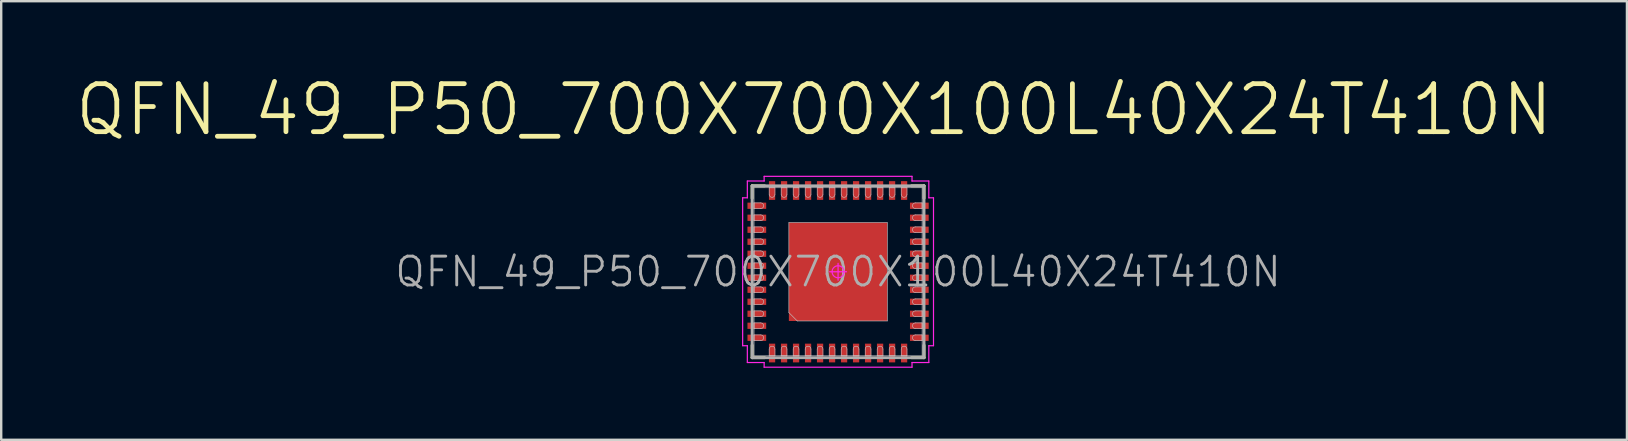
<source format=kicad_pcb>
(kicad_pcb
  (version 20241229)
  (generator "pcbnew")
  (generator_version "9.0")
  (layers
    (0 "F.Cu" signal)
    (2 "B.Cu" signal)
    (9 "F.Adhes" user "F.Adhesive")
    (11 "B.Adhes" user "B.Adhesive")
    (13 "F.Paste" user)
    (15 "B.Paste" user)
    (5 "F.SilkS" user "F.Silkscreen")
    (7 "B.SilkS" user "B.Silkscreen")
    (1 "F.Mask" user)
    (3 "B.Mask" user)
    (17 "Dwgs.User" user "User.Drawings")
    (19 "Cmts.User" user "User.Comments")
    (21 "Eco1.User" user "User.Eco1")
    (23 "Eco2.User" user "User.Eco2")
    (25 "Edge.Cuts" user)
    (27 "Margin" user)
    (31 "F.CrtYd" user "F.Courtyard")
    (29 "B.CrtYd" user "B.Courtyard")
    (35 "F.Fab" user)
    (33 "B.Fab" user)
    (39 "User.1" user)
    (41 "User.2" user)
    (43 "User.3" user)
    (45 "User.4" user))
  (footprint "QFN_49_P50_700X700X100L40X24T410N"
    (layer "F.Cu")
    (at 31.862 8.271)
    (property "Reference" "QFN_49_P50_700X700X100L40X24T410N" (at 0 0 0) (layer "F.Fab") (effects (font (size 1.2 1.2) (thickness 0.12))))
    (attr smd)
    (fp_line (start -3.58 -3.58) (end -3.58 -3.06) (stroke (width 0.12) (type solid)) (layer "F.SilkS"))
    (fp_line (start -3.58 3.58) (end -3.58 3.06) (stroke (width 0.12) (type solid)) (layer "F.SilkS"))
    (fp_line (start -3.06 -3.58) (end -3.58 -3.58) (stroke (width 0.12) (type solid)) (layer "F.SilkS"))
    (fp_line (start -3.06 3.58) (end -3.58 3.58) (stroke (width 0.12) (type solid)) (layer "F.SilkS"))
    (fp_line (start 3.06 -3.58) (end 3.58 -3.58) (stroke (width 0.12) (type solid)) (layer "F.SilkS"))
    (fp_line (start 3.06 3.58) (end 3.58 3.58) (stroke (width 0.12) (type solid)) (layer "F.SilkS"))
    (fp_line (start 3.58 -3.58) (end 3.58 -3.06) (stroke (width 0.12) (type solid)) (layer "F.SilkS"))
    (fp_line (start 3.58 3.58) (end 3.58 3.06) (stroke (width 0.12) (type solid)) (layer "F.SilkS"))
    (fp_line (start -3.5 -3.5) (end 3.5 -3.5) (stroke (width 0.025) (type solid)) (layer "Dwgs.User"))
    (fp_line (start -3.5 -2.87) (end -3.5 -2.63) (stroke (width 0.025) (type solid)) (layer "Dwgs.User"))
    (fp_line (start -3.5 -2.63) (end -3.22 -2.63) (stroke (width 0.025) (type solid)) (layer "Dwgs.User"))
    (fp_line (start -3.5 -2.37) (end -3.5 -2.13) (stroke (width 0.025) (type solid)) (layer "Dwgs.User"))
    (fp_line (start -3.5 -2.13) (end -3.22 -2.13) (stroke (width 0.025) (type solid)) (layer "Dwgs.User"))
    (fp_line (start -3.5 -1.87) (end -3.5 -1.63) (stroke (width 0.025) (type solid)) (layer "Dwgs.User"))
    (fp_line (start -3.5 -1.63) (end -3.22 -1.63) (stroke (width 0.025) (type solid)) (layer "Dwgs.User"))
    (fp_line (start -3.5 -1.37) (end -3.5 -1.13) (stroke (width 0.025) (type solid)) (layer "Dwgs.User"))
    (fp_line (start -3.5 -1.13) (end -3.22 -1.13) (stroke (width 0.025) (type solid)) (layer "Dwgs.User"))
    (fp_line (start -3.5 -0.87) (end -3.5 -0.63) (stroke (width 0.025) (type solid)) (layer "Dwgs.User"))
    (fp_line (start -3.5 -0.63) (end -3.22 -0.63) (stroke (width 0.025) (type solid)) (layer "Dwgs.User"))
    (fp_line (start -3.5 -0.37) (end -3.5 -0.13) (stroke (width 0.025) (type solid)) (layer "Dwgs.User"))
    (fp_line (start -3.5 -0.13) (end -3.22 -0.13) (stroke (width 0.025) (type solid)) (layer "Dwgs.User"))
    (fp_line (start -3.5 0.13) (end -3.5 0.37) (stroke (width 0.025) (type solid)) (layer "Dwgs.User"))
    (fp_line (start -3.5 0.37) (end -3.22 0.37) (stroke (width 0.025) (type solid)) (layer "Dwgs.User"))
    (fp_line (start -3.5 0.63) (end -3.5 0.87) (stroke (width 0.025) (type solid)) (layer "Dwgs.User"))
    (fp_line (start -3.5 0.87) (end -3.22 0.87) (stroke (width 0.025) (type solid)) (layer "Dwgs.User"))
    (fp_line (start -3.5 1.13) (end -3.5 1.37) (stroke (width 0.025) (type solid)) (layer "Dwgs.User"))
    (fp_line (start -3.5 1.37) (end -3.22 1.37) (stroke (width 0.025) (type solid)) (layer "Dwgs.User"))
    (fp_line (start -3.5 1.63) (end -3.5 1.87) (stroke (width 0.025) (type solid)) (layer "Dwgs.User"))
    (fp_line (start -3.5 1.87) (end -3.22 1.87) (stroke (width 0.025) (type solid)) (layer "Dwgs.User"))
    (fp_line (start -3.5 2.13) (end -3.5 2.37) (stroke (width 0.025) (type solid)) (layer "Dwgs.User"))
    (fp_line (start -3.5 2.37) (end -3.22 2.37) (stroke (width 0.025) (type solid)) (layer "Dwgs.User"))
    (fp_line (start -3.5 2.63) (end -3.5 2.87) (stroke (width 0.025) (type solid)) (layer "Dwgs.User"))
    (fp_line (start -3.5 2.87) (end -3.22 2.87) (stroke (width 0.025) (type solid)) (layer "Dwgs.User"))
    (fp_line (start -3.5 3.5) (end -3.5 -3.5) (stroke (width 0.025) (type solid)) (layer "Dwgs.User"))
    (fp_line (start -3.22 -2.87) (end -3.5 -2.87) (stroke (width 0.025) (type solid)) (layer "Dwgs.User"))
    (fp_line (start -3.22 -2.37) (end -3.5 -2.37) (stroke (width 0.025) (type solid)) (layer "Dwgs.User"))
    (fp_line (start -3.22 -1.87) (end -3.5 -1.87) (stroke (width 0.025) (type solid)) (layer "Dwgs.User"))
    (fp_line (start -3.22 -1.37) (end -3.5 -1.37) (stroke (width 0.025) (type solid)) (layer "Dwgs.User"))
    (fp_line (start -3.22 -0.87) (end -3.5 -0.87) (stroke (width 0.025) (type solid)) (layer "Dwgs.User"))
    (fp_line (start -3.22 -0.37) (end -3.5 -0.37) (stroke (width 0.025) (type solid)) (layer "Dwgs.User"))
    (fp_line (start -3.22 0.13) (end -3.5 0.13) (stroke (width 0.025) (type solid)) (layer "Dwgs.User"))
    (fp_line (start -3.22 0.63) (end -3.5 0.63) (stroke (width 0.025) (type solid)) (layer "Dwgs.User"))
    (fp_line (start -3.22 1.13) (end -3.5 1.13) (stroke (width 0.025) (type solid)) (layer "Dwgs.User"))
    (fp_line (start -3.22 1.63) (end -3.5 1.63) (stroke (width 0.025) (type solid)) (layer "Dwgs.User"))
    (fp_line (start -3.22 2.13) (end -3.5 2.13) (stroke (width 0.025) (type solid)) (layer "Dwgs.User"))
    (fp_line (start -3.22 2.63) (end -3.5 2.63) (stroke (width 0.025) (type solid)) (layer "Dwgs.User"))
    (fp_line (start -2.87 -3.5) (end -2.87 -3.22) (stroke (width 0.025) (type solid)) (layer "Dwgs.User"))
    (fp_line (start -2.87 3.22) (end -2.87 3.5) (stroke (width 0.025) (type solid)) (layer "Dwgs.User"))
    (fp_line (start -2.87 3.5) (end -2.63 3.5) (stroke (width 0.025) (type solid)) (layer "Dwgs.User"))
    (fp_line (start -2.63 -3.5) (end -2.87 -3.5) (stroke (width 0.025) (type solid)) (layer "Dwgs.User"))
    (fp_line (start -2.63 -3.22) (end -2.63 -3.5) (stroke (width 0.025) (type solid)) (layer "Dwgs.User"))
    (fp_line (start -2.63 3.5) (end -2.63 3.22) (stroke (width 0.025) (type solid)) (layer "Dwgs.User"))
    (fp_line (start -2.37 -3.5) (end -2.37 -3.22) (stroke (width 0.025) (type solid)) (layer "Dwgs.User"))
    (fp_line (start -2.37 3.22) (end -2.37 3.5) (stroke (width 0.025) (type solid)) (layer "Dwgs.User"))
    (fp_line (start -2.37 3.5) (end -2.13 3.5) (stroke (width 0.025) (type solid)) (layer "Dwgs.User"))
    (fp_line (start -2.13 -3.5) (end -2.37 -3.5) (stroke (width 0.025) (type solid)) (layer "Dwgs.User"))
    (fp_line (start -2.13 -3.22) (end -2.13 -3.5) (stroke (width 0.025) (type solid)) (layer "Dwgs.User"))
    (fp_line (start -2.13 3.5) (end -2.13 3.22) (stroke (width 0.025) (type solid)) (layer "Dwgs.User"))
    (fp_line (start -2.05 -2.05) (end -2.05 1.7) (stroke (width 0.025) (type solid)) (layer "Dwgs.User"))
    (fp_line (start -2.05 1.7) (end -1.7 2.05) (stroke (width 0.025) (type solid)) (layer "Dwgs.User"))
    (fp_line (start -1.87 -3.5) (end -1.87 -3.22) (stroke (width 0.025) (type solid)) (layer "Dwgs.User"))
    (fp_line (start -1.87 3.22) (end -1.87 3.5) (stroke (width 0.025) (type solid)) (layer "Dwgs.User"))
    (fp_line (start -1.87 3.5) (end -1.63 3.5) (stroke (width 0.025) (type solid)) (layer "Dwgs.User"))
    (fp_line (start -1.7 2.05) (end 2.05 2.05) (stroke (width 0.025) (type solid)) (layer "Dwgs.User"))
    (fp_line (start -1.63 -3.5) (end -1.87 -3.5) (stroke (width 0.025) (type solid)) (layer "Dwgs.User"))
    (fp_line (start -1.63 -3.22) (end -1.63 -3.5) (stroke (width 0.025) (type solid)) (layer "Dwgs.User"))
    (fp_line (start -1.63 3.5) (end -1.63 3.22) (stroke (width 0.025) (type solid)) (layer "Dwgs.User"))
    (fp_line (start -1.37 -3.5) (end -1.37 -3.22) (stroke (width 0.025) (type solid)) (layer "Dwgs.User"))
    (fp_line (start -1.37 3.22) (end -1.37 3.5) (stroke (width 0.025) (type solid)) (layer "Dwgs.User"))
    (fp_line (start -1.37 3.5) (end -1.13 3.5) (stroke (width 0.025) (type solid)) (layer "Dwgs.User"))
    (fp_line (start -1.13 -3.5) (end -1.37 -3.5) (stroke (width 0.025) (type solid)) (layer "Dwgs.User"))
    (fp_line (start -1.13 -3.22) (end -1.13 -3.5) (stroke (width 0.025) (type solid)) (layer "Dwgs.User"))
    (fp_line (start -1.13 3.5) (end -1.13 3.22) (stroke (width 0.025) (type solid)) (layer "Dwgs.User"))
    (fp_line (start -0.87 -3.5) (end -0.87 -3.22) (stroke (width 0.025) (type solid)) (layer "Dwgs.User"))
    (fp_line (start -0.87 3.22) (end -0.87 3.5) (stroke (width 0.025) (type solid)) (layer "Dwgs.User"))
    (fp_line (start -0.87 3.5) (end -0.63 3.5) (stroke (width 0.025) (type solid)) (layer "Dwgs.User"))
    (fp_line (start -0.63 -3.5) (end -0.87 -3.5) (stroke (width 0.025) (type solid)) (layer "Dwgs.User"))
    (fp_line (start -0.63 -3.22) (end -0.63 -3.5) (stroke (width 0.025) (type solid)) (layer "Dwgs.User"))
    (fp_line (start -0.63 3.5) (end -0.63 3.22) (stroke (width 0.025) (type solid)) (layer "Dwgs.User"))
    (fp_line (start -0.37 -3.5) (end -0.37 -3.22) (stroke (width 0.025) (type solid)) (layer "Dwgs.User"))
    (fp_line (start -0.37 3.22) (end -0.37 3.5) (stroke (width 0.025) (type solid)) (layer "Dwgs.User"))
    (fp_line (start -0.37 3.5) (end -0.13 3.5) (stroke (width 0.025) (type solid)) (layer "Dwgs.User"))
    (fp_line (start -0.13 -3.5) (end -0.37 -3.5) (stroke (width 0.025) (type solid)) (layer "Dwgs.User"))
    (fp_line (start -0.13 -3.22) (end -0.13 -3.5) (stroke (width 0.025) (type solid)) (layer "Dwgs.User"))
    (fp_line (start -0.13 3.5) (end -0.13 3.22) (stroke (width 0.025) (type solid)) (layer "Dwgs.User"))
    (fp_line (start 0.13 -3.5) (end 0.13 -3.22) (stroke (width 0.025) (type solid)) (layer "Dwgs.User"))
    (fp_line (start 0.13 3.22) (end 0.13 3.5) (stroke (width 0.025) (type solid)) (layer "Dwgs.User"))
    (fp_line (start 0.13 3.5) (end 0.37 3.5) (stroke (width 0.025) (type solid)) (layer "Dwgs.User"))
    (fp_line (start 0.37 -3.5) (end 0.13 -3.5) (stroke (width 0.025) (type solid)) (layer "Dwgs.User"))
    (fp_line (start 0.37 -3.22) (end 0.37 -3.5) (stroke (width 0.025) (type solid)) (layer "Dwgs.User"))
    (fp_line (start 0.37 3.5) (end 0.37 3.22) (stroke (width 0.025) (type solid)) (layer "Dwgs.User"))
    (fp_line (start 0.63 -3.5) (end 0.63 -3.22) (stroke (width 0.025) (type solid)) (layer "Dwgs.User"))
    (fp_line (start 0.63 3.22) (end 0.63 3.5) (stroke (width 0.025) (type solid)) (layer "Dwgs.User"))
    (fp_line (start 0.63 3.5) (end 0.87 3.5) (stroke (width 0.025) (type solid)) (layer "Dwgs.User"))
    (fp_line (start 0.87 -3.5) (end 0.63 -3.5) (stroke (width 0.025) (type solid)) (layer "Dwgs.User"))
    (fp_line (start 0.87 -3.22) (end 0.87 -3.5) (stroke (width 0.025) (type solid)) (layer "Dwgs.User"))
    (fp_line (start 0.87 3.5) (end 0.87 3.22) (stroke (width 0.025) (type solid)) (layer "Dwgs.User"))
    (fp_line (start 1.13 -3.5) (end 1.13 -3.22) (stroke (width 0.025) (type solid)) (layer "Dwgs.User"))
    (fp_line (start 1.13 3.22) (end 1.13 3.5) (stroke (width 0.025) (type solid)) (layer "Dwgs.User"))
    (fp_line (start 1.13 3.5) (end 1.37 3.5) (stroke (width 0.025) (type solid)) (layer "Dwgs.User"))
    (fp_line (start 1.37 -3.5) (end 1.13 -3.5) (stroke (width 0.025) (type solid)) (layer "Dwgs.User"))
    (fp_line (start 1.37 -3.22) (end 1.37 -3.5) (stroke (width 0.025) (type solid)) (layer "Dwgs.User"))
    (fp_line (start 1.37 3.5) (end 1.37 3.22) (stroke (width 0.025) (type solid)) (layer "Dwgs.User"))
    (fp_line (start 1.63 -3.5) (end 1.63 -3.22) (stroke (width 0.025) (type solid)) (layer "Dwgs.User"))
    (fp_line (start 1.63 3.22) (end 1.63 3.5) (stroke (width 0.025) (type solid)) (layer "Dwgs.User"))
    (fp_line (start 1.63 3.5) (end 1.87 3.5) (stroke (width 0.025) (type solid)) (layer "Dwgs.User"))
    (fp_line (start 1.87 -3.5) (end 1.63 -3.5) (stroke (width 0.025) (type solid)) (layer "Dwgs.User"))
    (fp_line (start 1.87 -3.22) (end 1.87 -3.5) (stroke (width 0.025) (type solid)) (layer "Dwgs.User"))
    (fp_line (start 1.87 3.5) (end 1.87 3.22) (stroke (width 0.025) (type solid)) (layer "Dwgs.User"))
    (fp_line (start 2.05 -2.05) (end -2.05 -2.05) (stroke (width 0.025) (type solid)) (layer "Dwgs.User"))
    (fp_line (start 2.05 2.05) (end 2.05 -2.05) (stroke (width 0.025) (type solid)) (layer "Dwgs.User"))
    (fp_line (start 2.13 -3.5) (end 2.13 -3.22) (stroke (width 0.025) (type solid)) (layer "Dwgs.User"))
    (fp_line (start 2.13 3.22) (end 2.13 3.5) (stroke (width 0.025) (type solid)) (layer "Dwgs.User"))
    (fp_line (start 2.13 3.5) (end 2.37 3.5) (stroke (width 0.025) (type solid)) (layer "Dwgs.User"))
    (fp_line (start 2.37 -3.5) (end 2.13 -3.5) (stroke (width 0.025) (type solid)) (layer "Dwgs.User"))
    (fp_line (start 2.37 -3.22) (end 2.37 -3.5) (stroke (width 0.025) (type solid)) (layer "Dwgs.User"))
    (fp_line (start 2.37 3.5) (end 2.37 3.22) (stroke (width 0.025) (type solid)) (layer "Dwgs.User"))
    (fp_line (start 2.63 -3.5) (end 2.63 -3.22) (stroke (width 0.025) (type solid)) (layer "Dwgs.User"))
    (fp_line (start 2.63 3.22) (end 2.63 3.5) (stroke (width 0.025) (type solid)) (layer "Dwgs.User"))
    (fp_line (start 2.63 3.5) (end 2.87 3.5) (stroke (width 0.025) (type solid)) (layer "Dwgs.User"))
    (fp_line (start 2.87 -3.5) (end 2.63 -3.5) (stroke (width 0.025) (type solid)) (layer "Dwgs.User"))
    (fp_line (start 2.87 -3.22) (end 2.87 -3.5) (stroke (width 0.025) (type solid)) (layer "Dwgs.User"))
    (fp_line (start 2.87 3.5) (end 2.87 3.22) (stroke (width 0.025) (type solid)) (layer "Dwgs.User"))
    (fp_line (start 3.22 -2.63) (end 3.5 -2.63) (stroke (width 0.025) (type solid)) (layer "Dwgs.User"))
    (fp_line (start 3.22 -2.13) (end 3.5 -2.13) (stroke (width 0.025) (type solid)) (layer "Dwgs.User"))
    (fp_line (start 3.22 -1.63) (end 3.5 -1.63) (stroke (width 0.025) (type solid)) (layer "Dwgs.User"))
    (fp_line (start 3.22 -1.13) (end 3.5 -1.13) (stroke (width 0.025) (type solid)) (layer "Dwgs.User"))
    (fp_line (start 3.22 -0.63) (end 3.5 -0.63) (stroke (width 0.025) (type solid)) (layer "Dwgs.User"))
    (fp_line (start 3.22 -0.13) (end 3.5 -0.13) (stroke (width 0.025) (type solid)) (layer "Dwgs.User"))
    (fp_line (start 3.22 0.37) (end 3.5 0.37) (stroke (width 0.025) (type solid)) (layer "Dwgs.User"))
    (fp_line (start 3.22 0.87) (end 3.5 0.87) (stroke (width 0.025) (type solid)) (layer "Dwgs.User"))
    (fp_line (start 3.22 1.37) (end 3.5 1.37) (stroke (width 0.025) (type solid)) (layer "Dwgs.User"))
    (fp_line (start 3.22 1.87) (end 3.5 1.87) (stroke (width 0.025) (type solid)) (layer "Dwgs.User"))
    (fp_line (start 3.22 2.37) (end 3.5 2.37) (stroke (width 0.025) (type solid)) (layer "Dwgs.User"))
    (fp_line (start 3.22 2.87) (end 3.5 2.87) (stroke (width 0.025) (type solid)) (layer "Dwgs.User"))
    (fp_line (start 3.5 -3.5) (end 3.5 3.5) (stroke (width 0.025) (type solid)) (layer "Dwgs.User"))
    (fp_line (start 3.5 -2.87) (end 3.22 -2.87) (stroke (width 0.025) (type solid)) (layer "Dwgs.User"))
    (fp_line (start 3.5 -2.63) (end 3.5 -2.87) (stroke (width 0.025) (type solid)) (layer "Dwgs.User"))
    (fp_line (start 3.5 -2.37) (end 3.22 -2.37) (stroke (width 0.025) (type solid)) (layer "Dwgs.User"))
    (fp_line (start 3.5 -2.13) (end 3.5 -2.37) (stroke (width 0.025) (type solid)) (layer "Dwgs.User"))
    (fp_line (start 3.5 -1.87) (end 3.22 -1.87) (stroke (width 0.025) (type solid)) (layer "Dwgs.User"))
    (fp_line (start 3.5 -1.63) (end 3.5 -1.87) (stroke (width 0.025) (type solid)) (layer "Dwgs.User"))
    (fp_line (start 3.5 -1.37) (end 3.22 -1.37) (stroke (width 0.025) (type solid)) (layer "Dwgs.User"))
    (fp_line (start 3.5 -1.13) (end 3.5 -1.37) (stroke (width 0.025) (type solid)) (layer "Dwgs.User"))
    (fp_line (start 3.5 -0.87) (end 3.22 -0.87) (stroke (width 0.025) (type solid)) (layer "Dwgs.User"))
    (fp_line (start 3.5 -0.63) (end 3.5 -0.87) (stroke (width 0.025) (type solid)) (layer "Dwgs.User"))
    (fp_line (start 3.5 -0.37) (end 3.22 -0.37) (stroke (width 0.025) (type solid)) (layer "Dwgs.User"))
    (fp_line (start 3.5 -0.13) (end 3.5 -0.37) (stroke (width 0.025) (type solid)) (layer "Dwgs.User"))
    (fp_line (start 3.5 0.13) (end 3.22 0.13) (stroke (width 0.025) (type solid)) (layer "Dwgs.User"))
    (fp_line (start 3.5 0.37) (end 3.5 0.13) (stroke (width 0.025) (type solid)) (layer "Dwgs.User"))
    (fp_line (start 3.5 0.63) (end 3.22 0.63) (stroke (width 0.025) (type solid)) (layer "Dwgs.User"))
    (fp_line (start 3.5 0.87) (end 3.5 0.63) (stroke (width 0.025) (type solid)) (layer "Dwgs.User"))
    (fp_line (start 3.5 1.13) (end 3.22 1.13) (stroke (width 0.025) (type solid)) (layer "Dwgs.User"))
    (fp_line (start 3.5 1.37) (end 3.5 1.13) (stroke (width 0.025) (type solid)) (layer "Dwgs.User"))
    (fp_line (start 3.5 1.63) (end 3.22 1.63) (stroke (width 0.025) (type solid)) (layer "Dwgs.User"))
    (fp_line (start 3.5 1.87) (end 3.5 1.63) (stroke (width 0.025) (type solid)) (layer "Dwgs.User"))
    (fp_line (start 3.5 2.13) (end 3.22 2.13) (stroke (width 0.025) (type solid)) (layer "Dwgs.User"))
    (fp_line (start 3.5 2.37) (end 3.5 2.13) (stroke (width 0.025) (type solid)) (layer "Dwgs.User"))
    (fp_line (start 3.5 2.63) (end 3.22 2.63) (stroke (width 0.025) (type solid)) (layer "Dwgs.User"))
    (fp_line (start 3.5 2.87) (end 3.5 2.63) (stroke (width 0.025) (type solid)) (layer "Dwgs.User"))
    (fp_line (start 3.5 3.5) (end -3.5 3.5) (stroke (width 0.025) (type solid)) (layer "Dwgs.User"))
    (fp_arc (start -3.22 -2.87) (mid -3.1 -2.75) (end -3.22 -2.63) (stroke (width 0.025) (type solid)) (layer "Dwgs.User"))
    (fp_arc (start -3.22 -2.37) (mid -3.1 -2.25) (end -3.22 -2.13) (stroke (width 0.025) (type solid)) (layer "Dwgs.User"))
    (fp_arc (start -3.22 -1.87) (mid -3.1 -1.75) (end -3.22 -1.63) (stroke (width 0.025) (type solid)) (layer "Dwgs.User"))
    (fp_arc (start -3.22 -1.37) (mid -3.1 -1.25) (end -3.22 -1.13) (stroke (width 0.025) (type solid)) (layer "Dwgs.User"))
    (fp_arc (start -3.22 -0.87) (mid -3.1 -0.75) (end -3.22 -0.63) (stroke (width 0.025) (type solid)) (layer "Dwgs.User"))
    (fp_arc (start -3.22 -0.37) (mid -3.1 -0.25) (end -3.22 -0.13) (stroke (width 0.025) (type solid)) (layer "Dwgs.User"))
    (fp_arc (start -3.22 0.13) (mid -3.1 0.25) (end -3.22 0.37) (stroke (width 0.025) (type solid)) (layer "Dwgs.User"))
    (fp_arc (start -3.22 0.63) (mid -3.1 0.75) (end -3.22 0.87) (stroke (width 0.025) (type solid)) (layer "Dwgs.User"))
    (fp_arc (start -3.22 1.13) (mid -3.1 1.25) (end -3.22 1.37) (stroke (width 0.025) (type solid)) (layer "Dwgs.User"))
    (fp_arc (start -3.22 1.63) (mid -3.1 1.75) (end -3.22 1.87) (stroke (width 0.025) (type solid)) (layer "Dwgs.User"))
    (fp_arc (start -3.22 2.13) (mid -3.1 2.25) (end -3.22 2.37) (stroke (width 0.025) (type solid)) (layer "Dwgs.User"))
    (fp_arc (start -3.22 2.63) (mid -3.1 2.75) (end -3.22 2.87) (stroke (width 0.025) (type solid)) (layer "Dwgs.User"))
    (fp_arc (start -2.87 3.22) (mid -2.75 3.1) (end -2.63 3.22) (stroke (width 0.025) (type solid)) (layer "Dwgs.User"))
    (fp_arc (start -2.63 -3.22) (mid -2.75 -3.1) (end -2.87 -3.22) (stroke (width 0.025) (type solid)) (layer "Dwgs.User"))
    (fp_arc (start -2.37 3.22) (mid -2.25 3.1) (end -2.13 3.22) (stroke (width 0.025) (type solid)) (layer "Dwgs.User"))
    (fp_arc (start -2.13 -3.22) (mid -2.25 -3.1) (end -2.37 -3.22) (stroke (width 0.025) (type solid)) (layer "Dwgs.User"))
    (fp_arc (start -1.87 3.22) (mid -1.75 3.1) (end -1.63 3.22) (stroke (width 0.025) (type solid)) (layer "Dwgs.User"))
    (fp_arc (start -1.63 -3.22) (mid -1.75 -3.1) (end -1.87 -3.22) (stroke (width 0.025) (type solid)) (layer "Dwgs.User"))
    (fp_arc (start -1.37 3.22) (mid -1.25 3.1) (end -1.13 3.22) (stroke (width 0.025) (type solid)) (layer "Dwgs.User"))
    (fp_arc (start -1.13 -3.22) (mid -1.25 -3.1) (end -1.37 -3.22) (stroke (width 0.025) (type solid)) (layer "Dwgs.User"))
    (fp_arc (start -0.87 3.22) (mid -0.75 3.1) (end -0.63 3.22) (stroke (width 0.025) (type solid)) (layer "Dwgs.User"))
    (fp_arc (start -0.63 -3.22) (mid -0.75 -3.1) (end -0.87 -3.22) (stroke (width 0.025) (type solid)) (layer "Dwgs.User"))
    (fp_arc (start -0.37 3.22) (mid -0.25 3.1) (end -0.13 3.22) (stroke (width 0.025) (type solid)) (layer "Dwgs.User"))
    (fp_arc (start -0.13 -3.22) (mid -0.25 -3.1) (end -0.37 -3.22) (stroke (width 0.025) (type solid)) (layer "Dwgs.User"))
    (fp_arc (start 0.13 3.22) (mid 0.25 3.1) (end 0.37 3.22) (stroke (width 0.025) (type solid)) (layer "Dwgs.User"))
    (fp_arc (start 0.37 -3.22) (mid 0.25 -3.1) (end 0.13 -3.22) (stroke (width 0.025) (type solid)) (layer "Dwgs.User"))
    (fp_arc (start 0.63 3.22) (mid 0.75 3.1) (end 0.87 3.22) (stroke (width 0.025) (type solid)) (layer "Dwgs.User"))
    (fp_arc (start 0.87 -3.22) (mid 0.75 -3.1) (end 0.63 -3.22) (stroke (width 0.025) (type solid)) (layer "Dwgs.User"))
    (fp_arc (start 1.13 3.22) (mid 1.25 3.1) (end 1.37 3.22) (stroke (width 0.025) (type solid)) (layer "Dwgs.User"))
    (fp_arc (start 1.37 -3.22) (mid 1.25 -3.1) (end 1.13 -3.22) (stroke (width 0.025) (type solid)) (layer "Dwgs.User"))
    (fp_arc (start 1.63 3.22) (mid 1.75 3.1) (end 1.87 3.22) (stroke (width 0.025) (type solid)) (layer "Dwgs.User"))
    (fp_arc (start 1.87 -3.22) (mid 1.75 -3.1) (end 1.63 -3.22) (stroke (width 0.025) (type solid)) (layer "Dwgs.User"))
    (fp_arc (start 2.13 3.22) (mid 2.25 3.1) (end 2.37 3.22) (stroke (width 0.025) (type solid)) (layer "Dwgs.User"))
    (fp_arc (start 2.37 -3.22) (mid 2.25 -3.1) (end 2.13 -3.22) (stroke (width 0.025) (type solid)) (layer "Dwgs.User"))
    (fp_arc (start 2.63 3.22) (mid 2.75 3.1) (end 2.87 3.22) (stroke (width 0.025) (type solid)) (layer "Dwgs.User"))
    (fp_arc (start 2.87 -3.22) (mid 2.75 -3.1) (end 2.63 -3.22) (stroke (width 0.025) (type solid)) (layer "Dwgs.User"))
    (fp_arc (start 3.22 -2.63) (mid 3.1 -2.75) (end 3.22 -2.87) (stroke (width 0.025) (type solid)) (layer "Dwgs.User"))
    (fp_arc (start 3.22 -2.13) (mid 3.1 -2.25) (end 3.22 -2.37) (stroke (width 0.025) (type solid)) (layer "Dwgs.User"))
    (fp_arc (start 3.22 -1.63) (mid 3.1 -1.75) (end 3.22 -1.87) (stroke (width 0.025) (type solid)) (layer "Dwgs.User"))
    (fp_arc (start 3.22 -1.13) (mid 3.1 -1.25) (end 3.22 -1.37) (stroke (width 0.025) (type solid)) (layer "Dwgs.User"))
    (fp_arc (start 3.22 -0.63) (mid 3.1 -0.75) (end 3.22 -0.87) (stroke (width 0.025) (type solid)) (layer "Dwgs.User"))
    (fp_arc (start 3.22 -0.13) (mid 3.1 -0.25) (end 3.22 -0.37) (stroke (width 0.025) (type solid)) (layer "Dwgs.User"))
    (fp_arc (start 3.22 0.37) (mid 3.1 0.25) (end 3.22 0.13) (stroke (width 0.025) (type solid)) (layer "Dwgs.User"))
    (fp_arc (start 3.22 0.87) (mid 3.1 0.75) (end 3.22 0.63) (stroke (width 0.025) (type solid)) (layer "Dwgs.User"))
    (fp_arc (start 3.22 1.37) (mid 3.1 1.25) (end 3.22 1.13) (stroke (width 0.025) (type solid)) (layer "Dwgs.User"))
    (fp_arc (start 3.22 1.87) (mid 3.1 1.75) (end 3.22 1.63) (stroke (width 0.025) (type solid)) (layer "Dwgs.User"))
    (fp_arc (start 3.22 2.37) (mid 3.1 2.25) (end 3.22 2.13) (stroke (width 0.025) (type solid)) (layer "Dwgs.User"))
    (fp_arc (start 3.22 2.87) (mid 3.1 2.75) (end 3.22 2.63) (stroke (width 0.025) (type solid)) (layer "Dwgs.User"))
    (fp_line (start -3.975 -3.08) (end -3.975 3.08) (stroke (width 0.05) (type solid)) (layer "F.CrtYd"))
    (fp_line (start -3.975 3.08) (end -3.78 3.08) (stroke (width 0.05) (type solid)) (layer "F.CrtYd"))
    (fp_line (start -3.78 -3.78) (end -3.78 -3.08) (stroke (width 0.05) (type solid)) (layer "F.CrtYd"))
    (fp_line (start -3.78 -3.08) (end -3.975 -3.08) (stroke (width 0.05) (type solid)) (layer "F.CrtYd"))
    (fp_line (start -3.78 3.08) (end -3.78 3.78) (stroke (width 0.05) (type solid)) (layer "F.CrtYd"))
    (fp_line (start -3.78 3.78) (end -3.08 3.78) (stroke (width 0.05) (type solid)) (layer "F.CrtYd"))
    (fp_line (start -3.08 -3.975) (end -3.08 -3.78) (stroke (width 0.05) (type solid)) (layer "F.CrtYd"))
    (fp_line (start -3.08 -3.78) (end -3.78 -3.78) (stroke (width 0.05) (type solid)) (layer "F.CrtYd"))
    (fp_line (start -3.08 3.78) (end -3.08 3.975) (stroke (width 0.05) (type solid)) (layer "F.CrtYd"))
    (fp_line (start -3.08 3.975) (end 3.08 3.975) (stroke (width 0.05) (type solid)) (layer "F.CrtYd"))
    (fp_line (start -0.35 0) (end 0.35 0) (stroke (width 0.05) (type solid)) (layer "F.CrtYd"))
    (fp_line (start 0 -0.35) (end 0 0.35) (stroke (width 0.05) (type solid)) (layer "F.CrtYd"))
    (fp_line (start 3.08 -3.975) (end -3.08 -3.975) (stroke (width 0.05) (type solid)) (layer "F.CrtYd"))
    (fp_line (start 3.08 -3.78) (end 3.08 -3.975) (stroke (width 0.05) (type solid)) (layer "F.CrtYd"))
    (fp_line (start 3.08 3.78) (end 3.78 3.78) (stroke (width 0.05) (type solid)) (layer "F.CrtYd"))
    (fp_line (start 3.08 3.975) (end 3.08 3.78) (stroke (width 0.05) (type solid)) (layer "F.CrtYd"))
    (fp_line (start 3.78 -3.78) (end 3.08 -3.78) (stroke (width 0.05) (type solid)) (layer "F.CrtYd"))
    (fp_line (start 3.78 -3.08) (end 3.78 -3.78) (stroke (width 0.05) (type solid)) (layer "F.CrtYd"))
    (fp_line (start 3.78 3.08) (end 3.975 3.08) (stroke (width 0.05) (type solid)) (layer "F.CrtYd"))
    (fp_line (start 3.78 3.78) (end 3.78 3.08) (stroke (width 0.05) (type solid)) (layer "F.CrtYd"))
    (fp_line (start 3.975 -3.08) (end 3.78 -3.08) (stroke (width 0.05) (type solid)) (layer "F.CrtYd"))
    (fp_line (start 3.975 3.08) (end 3.975 -3.08) (stroke (width 0.05) (type solid)) (layer "F.CrtYd"))
    (fp_circle (center 0 0) (end 0 0.25) (stroke (width 0.05) (type solid)) (fill no) (layer "F.CrtYd"))
    (fp_line (start -3.58 -3.58) (end 3.58 -3.58) (stroke (width 0.12) (type solid)) (layer "F.Fab"))
    (fp_line (start -3.58 3.58) (end -3.58 -3.58) (stroke (width 0.12) (type solid)) (layer "F.Fab"))
    (fp_line (start 3.58 -3.58) (end 3.58 3.58) (stroke (width 0.12) (type solid)) (layer "F.Fab"))
    (fp_line (start 3.58 3.58) (end -3.58 3.58) (stroke (width 0.12) (type solid)) (layer "F.Fab"))
    (fp_text user "${REFERENCE}" (at -1 -6.75 0) (layer "F.SilkS") (effects (font (size 2 2) (thickness 0.2))))
    (pad "" smd rect (at -1.37 -1.37 90) (size 1.17 1.17) (layers "F.Paste"))
    (pad "" smd rect (at -1.37 0 90) (size 1.17 1.17) (layers "F.Paste"))
    (pad "" smd rect (at -1.37 1.37 90) (size 1.17 1.17) (layers "F.Paste"))
    (pad "" smd rect (at 0 -1.37 90) (size 1.17 1.17) (layers "F.Paste"))
    (pad "" smd rect (at 0 0 90) (size 1.17 1.17) (layers "F.Paste"))
    (pad "" smd rect (at 0 1.37 90) (size 1.17 1.17) (layers "F.Paste"))
    (pad "" smd rect (at 1.37 -1.37 90) (size 1.17 1.17) (layers "F.Paste"))
    (pad "" smd rect (at 1.37 0 90) (size 1.17 1.17) (layers "F.Paste"))
    (pad "" smd rect (at 1.37 1.37 90) (size 1.17 1.17) (layers "F.Paste"))
    (pad "1" smd rect (at -2.75 3.385 90) (size 0.78 0.26) (layers "F.Cu" "F.Mask" "F.Paste"))
    (pad "2" smd rect (at -2.25 3.385 90) (size 0.78 0.26) (layers "F.Cu" "F.Mask" "F.Paste"))
    (pad "3" smd rect (at -1.75 3.385 90) (size 0.78 0.26) (layers "F.Cu" "F.Mask" "F.Paste"))
    (pad "4" smd rect (at -1.25 3.385 90) (size 0.78 0.26) (layers "F.Cu" "F.Mask" "F.Paste"))
    (pad "5" smd rect (at -0.75 3.385 90) (size 0.78 0.26) (layers "F.Cu" "F.Mask" "F.Paste"))
    (pad "6" smd rect (at -0.25 3.385 90) (size 0.78 0.26) (layers "F.Cu" "F.Mask" "F.Paste"))
    (pad "7" smd rect (at 0.25 3.385 90) (size 0.78 0.26) (layers "F.Cu" "F.Mask" "F.Paste"))
    (pad "8" smd rect (at 0.75 3.385 90) (size 0.78 0.26) (layers "F.Cu" "F.Mask" "F.Paste"))
    (pad "9" smd rect (at 1.25 3.385 90) (size 0.78 0.26) (layers "F.Cu" "F.Mask" "F.Paste"))
    (pad "10" smd rect (at 1.75 3.385 90) (size 0.78 0.26) (layers "F.Cu" "F.Mask" "F.Paste"))
    (pad "11" smd rect (at 2.25 3.385 90) (size 0.78 0.26) (layers "F.Cu" "F.Mask" "F.Paste"))
    (pad "12" smd rect (at 2.75 3.385 90) (size 0.78 0.26) (layers "F.Cu" "F.Mask" "F.Paste"))
    (pad "13" smd rect (at 3.385 2.75) (size 0.78 0.26) (layers "F.Cu" "F.Mask" "F.Paste"))
    (pad "14" smd rect (at 3.385 2.25) (size 0.78 0.26) (layers "F.Cu" "F.Mask" "F.Paste"))
    (pad "15" smd rect (at 3.385 1.75) (size 0.78 0.26) (layers "F.Cu" "F.Mask" "F.Paste"))
    (pad "16" smd rect (at 3.385 1.25) (size 0.78 0.26) (layers "F.Cu" "F.Mask" "F.Paste"))
    (pad "17" smd rect (at 3.385 0.75) (size 0.78 0.26) (layers "F.Cu" "F.Mask" "F.Paste"))
    (pad "18" smd rect (at 3.385 0.25) (size 0.78 0.26) (layers "F.Cu" "F.Mask" "F.Paste"))
    (pad "19" smd rect (at 3.385 -0.25) (size 0.78 0.26) (layers "F.Cu" "F.Mask" "F.Paste"))
    (pad "20" smd rect (at 3.385 -0.75) (size 0.78 0.26) (layers "F.Cu" "F.Mask" "F.Paste"))
    (pad "21" smd rect (at 3.385 -1.25) (size 0.78 0.26) (layers "F.Cu" "F.Mask" "F.Paste"))
    (pad "22" smd rect (at 3.385 -1.75) (size 0.78 0.26) (layers "F.Cu" "F.Mask" "F.Paste"))
    (pad "23" smd rect (at 3.385 -2.25) (size 0.78 0.26) (layers "F.Cu" "F.Mask" "F.Paste"))
    (pad "24" smd rect (at 3.385 -2.75) (size 0.78 0.26) (layers "F.Cu" "F.Mask" "F.Paste"))
    (pad "25" smd rect (at 2.75 -3.385 90) (size 0.78 0.26) (layers "F.Cu" "F.Mask" "F.Paste"))
    (pad "26" smd rect (at 2.25 -3.385 90) (size 0.78 0.26) (layers "F.Cu" "F.Mask" "F.Paste"))
    (pad "27" smd rect (at 1.75 -3.385 90) (size 0.78 0.26) (layers "F.Cu" "F.Mask" "F.Paste"))
    (pad "28" smd rect (at 1.25 -3.385 90) (size 0.78 0.26) (layers "F.Cu" "F.Mask" "F.Paste"))
    (pad "29" smd rect (at 0.75 -3.385 90) (size 0.78 0.26) (layers "F.Cu" "F.Mask" "F.Paste"))
    (pad "30" smd rect (at 0.25 -3.385 90) (size 0.78 0.26) (layers "F.Cu" "F.Mask" "F.Paste"))
    (pad "31" smd rect (at -0.25 -3.385 90) (size 0.78 0.26) (layers "F.Cu" "F.Mask" "F.Paste"))
    (pad "32" smd rect (at -0.75 -3.385 90) (size 0.78 0.26) (layers "F.Cu" "F.Mask" "F.Paste"))
    (pad "33" smd rect (at -1.25 -3.385 90) (size 0.78 0.26) (layers "F.Cu" "F.Mask" "F.Paste"))
    (pad "34" smd rect (at -1.75 -3.385 90) (size 0.78 0.26) (layers "F.Cu" "F.Mask" "F.Paste"))
    (pad "35" smd rect (at -2.25 -3.385 90) (size 0.78 0.26) (layers "F.Cu" "F.Mask" "F.Paste"))
    (pad "36" smd rect (at -2.75 -3.385 90) (size 0.78 0.26) (layers "F.Cu" "F.Mask" "F.Paste"))
    (pad "37" smd rect (at -3.385 -2.75) (size 0.78 0.26) (layers "F.Cu" "F.Mask" "F.Paste"))
    (pad "38" smd rect (at -3.385 -2.25) (size 0.78 0.26) (layers "F.Cu" "F.Mask" "F.Paste"))
    (pad "39" smd rect (at -3.385 -1.75) (size 0.78 0.26) (layers "F.Cu" "F.Mask" "F.Paste"))
    (pad "40" smd rect (at -3.385 -1.25) (size 0.78 0.26) (layers "F.Cu" "F.Mask" "F.Paste"))
    (pad "41" smd rect (at -3.385 -0.75) (size 0.78 0.26) (layers "F.Cu" "F.Mask" "F.Paste"))
    (pad "42" smd rect (at -3.385 -0.25) (size 0.78 0.26) (layers "F.Cu" "F.Mask" "F.Paste"))
    (pad "43" smd rect (at -3.385 0.25) (size 0.78 0.26) (layers "F.Cu" "F.Mask" "F.Paste"))
    (pad "44" smd rect (at -3.385 0.75) (size 0.78 0.26) (layers "F.Cu" "F.Mask" "F.Paste"))
    (pad "45" smd rect (at -3.385 1.25) (size 0.78 0.26) (layers "F.Cu" "F.Mask" "F.Paste"))
    (pad "46" smd rect (at -3.385 1.75) (size 0.78 0.26) (layers "F.Cu" "F.Mask" "F.Paste"))
    (pad "47" smd rect (at -3.385 2.25) (size 0.78 0.26) (layers "F.Cu" "F.Mask" "F.Paste"))
    (pad "48" smd rect (at -3.385 2.75) (size 0.78 0.26) (layers "F.Cu" "F.Mask" "F.Paste"))
    (pad "49" smd rect (at 0 0) (size 4.1 4.1) (layers "F.Cu" "F.Mask" "F.Paste")))
  (gr_rect
    (start -3 -3)
    (end 64.724 15.271)
    (stroke (width 0.1) (type default))
    (fill no)
    (layer "Edge.Cuts")))
</source>
